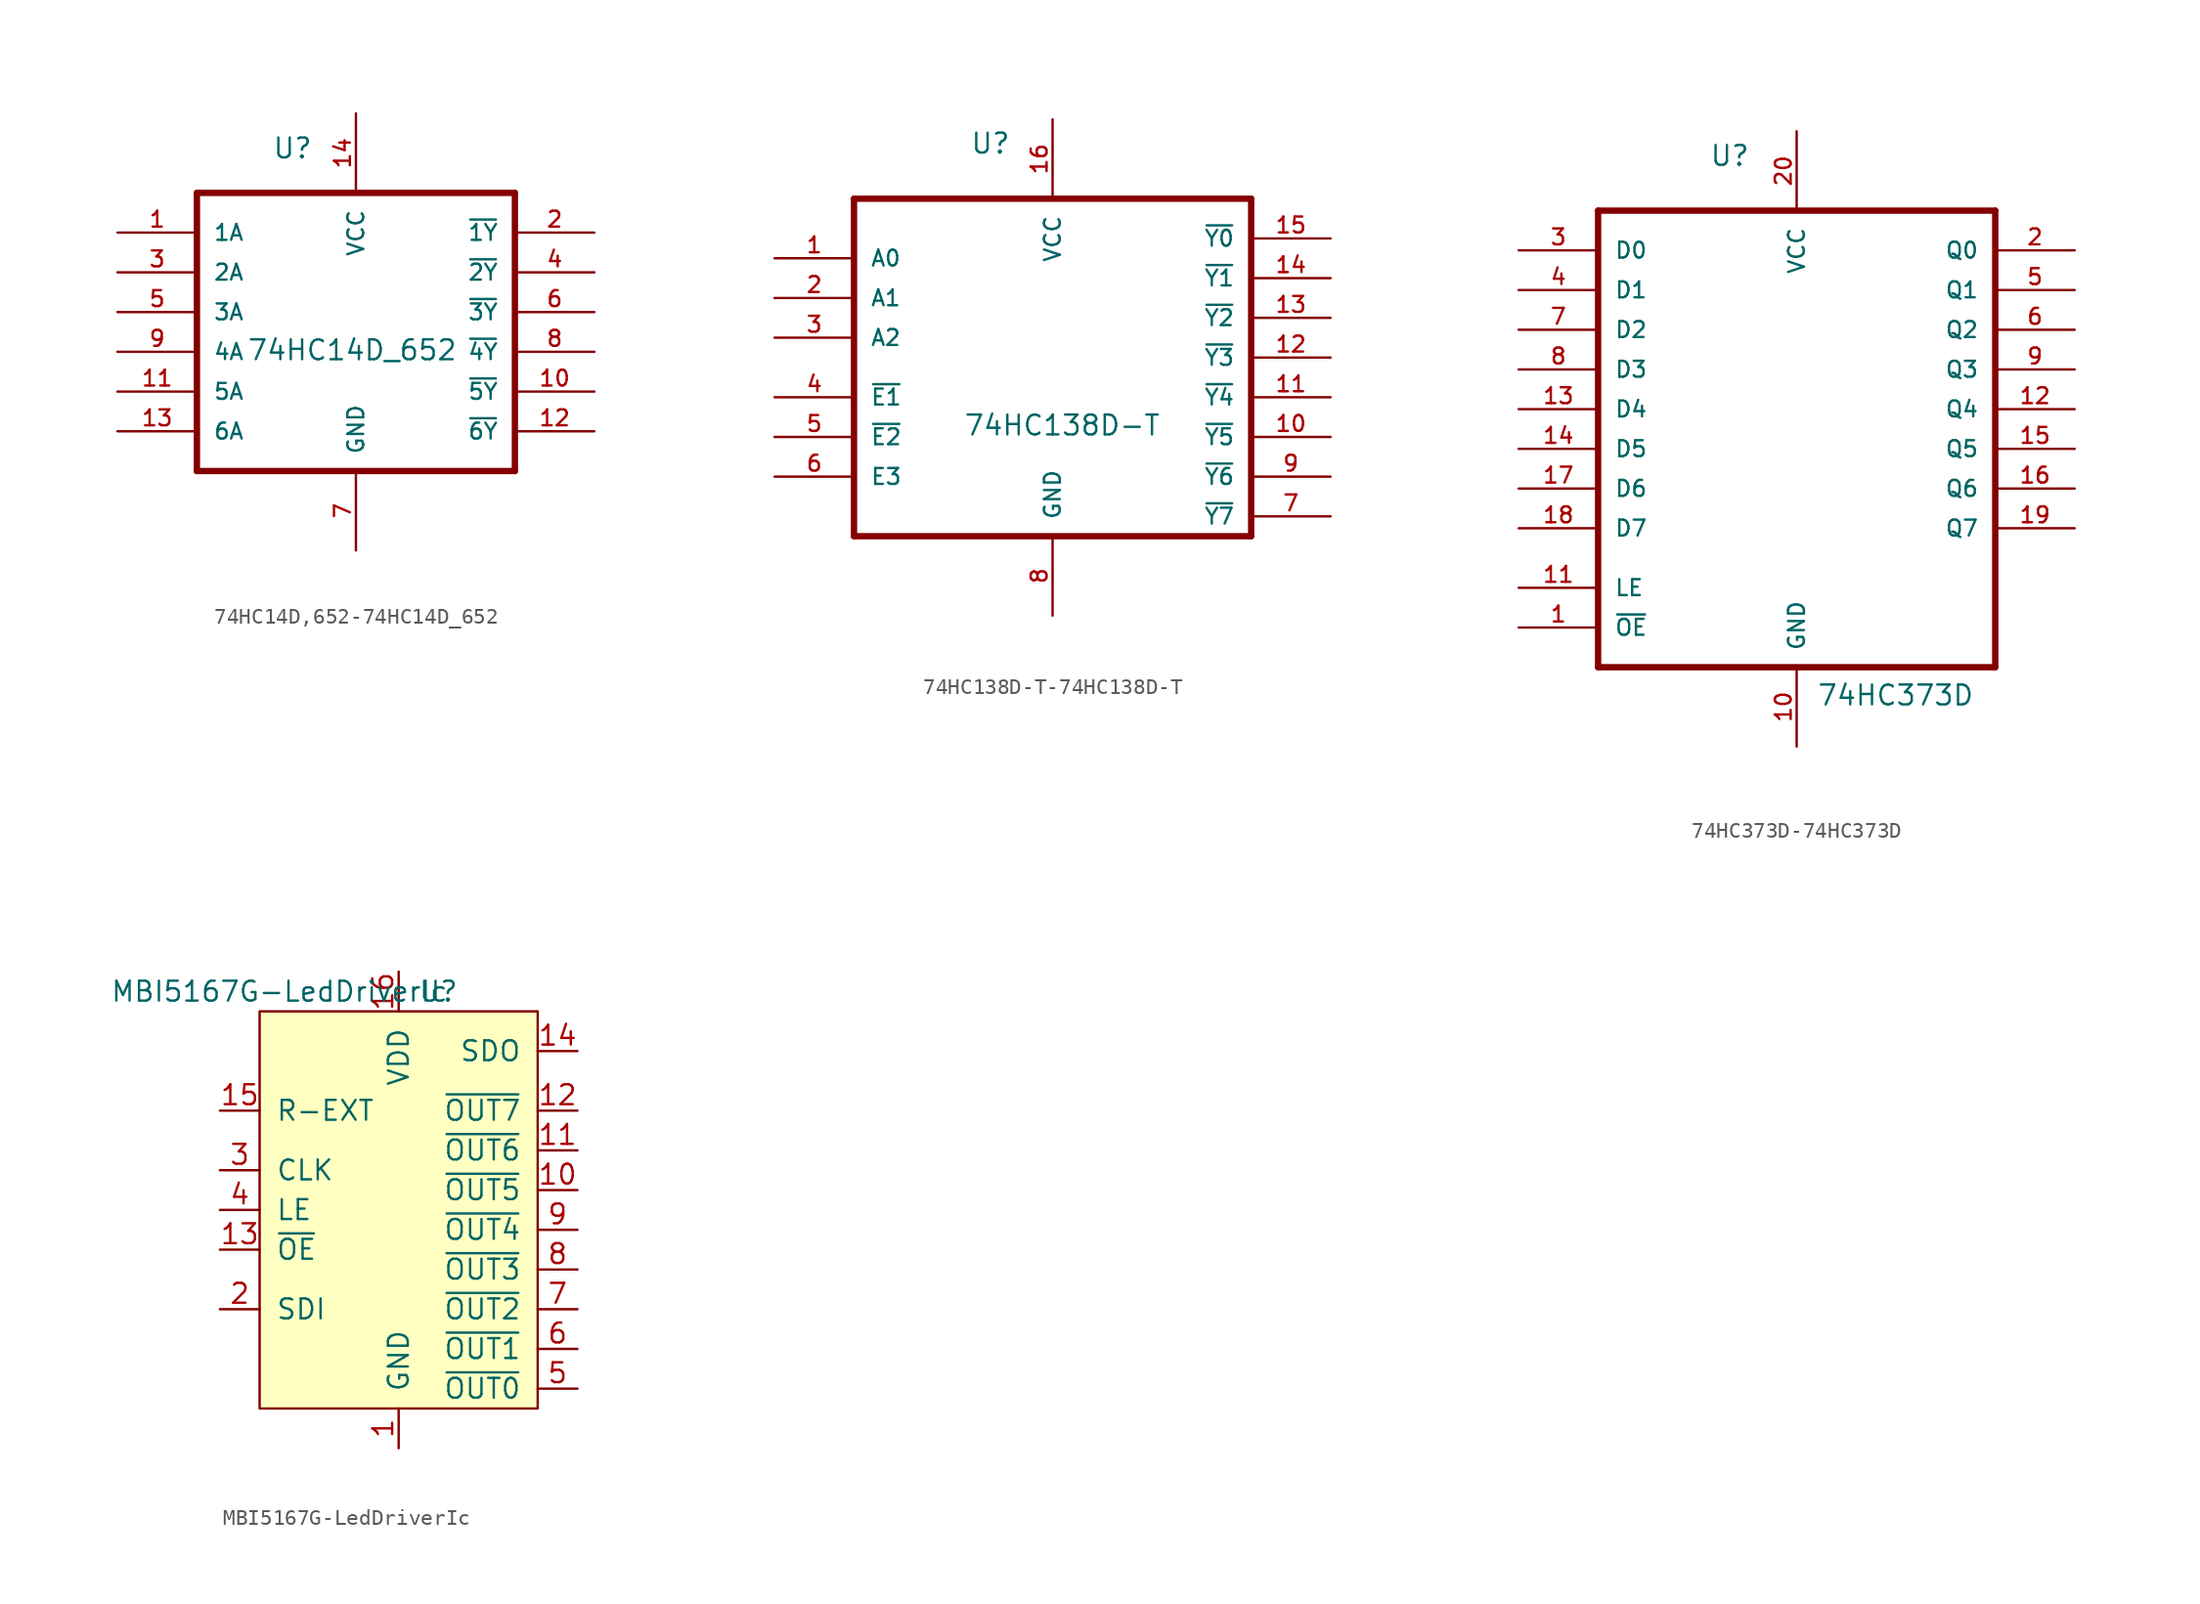
<source format=kicad_sym>
(kicad_symbol_lib
  (version 20220914)
  (generator kicad_symbol_editor)
  (symbol "74HC14D,652-74HC14D_652"
    (pin_names
      (offset 1.016))
    (property "Reference" "U"
      (at -5.359 10.998 0)
      (effects (font (size 1.27 1.27)) (justify left bottom)))
    (property "Value" "74HC14D_652"
      (at -6.985 -1.905 0)
      (effects (font (size 1.27 1.27)) (justify left bottom)))
    (property "ki_locked" ""
      (at 0 0 0)
      (effects (font (size 1.27 1.27))))
    (symbol "74HC14D,652-74HC14D_652_0_0"
      (polyline (pts (xy -10.16 -8.89) (xy 10.16 -8.89)) (stroke (width 0.406) (type solid)) (fill (type none)))
      (polyline (pts (xy -10.16 8.89) (xy -10.16 -8.89)) (stroke (width 0.406) (type solid)) (fill (type none)))
      (polyline (pts (xy 10.16 -8.89) (xy 10.16 8.89)) (stroke (width 0.406) (type solid)) (fill (type none)))
      (polyline (pts (xy 10.16 8.89) (xy -10.16 8.89)) (stroke (width 0.406) (type solid)) (fill (type none)))
      (pin input line (at -15.24 6.35 0) (length 5.08) (name "1A" (effects (font (size 1.016 1.016)))) (number "1" (effects (font (size 1.016 1.016)))))
      (pin input line (at -15.24 -3.81 0) (length 5.08) (name "5A" (effects (font (size 1.016 1.016)))) (number "11" (effects (font (size 1.016 1.016)))))
      (pin input line (at -15.24 -6.35 0) (length 5.08) (name "6A" (effects (font (size 1.016 1.016)))) (number "13" (effects (font (size 1.016 1.016)))))
      (pin power_in line (at 0 13.97 270) (length 5.08) (name "VCC" (effects (font (size 1.016 1.016)))) (number "14" (effects (font (size 1.016 1.016)))))
      (pin input line (at -15.24 3.81 0) (length 5.08) (name "2A" (effects (font (size 1.016 1.016)))) (number "3" (effects (font (size 1.016 1.016)))))
      (pin input line (at -15.24 1.27 0) (length 5.08) (name "3A" (effects (font (size 1.016 1.016)))) (number "5" (effects (font (size 1.016 1.016)))))
      (pin passive line (at 0 -13.97 90) (length 5.08) (name "GND" (effects (font (size 1.016 1.016)))) (number "7" (effects (font (size 1.016 1.016)))))
      (pin input line (at -15.24 -1.27 0) (length 5.08) (name "4A" (effects (font (size 1.016 1.016)))) (number "9" (effects (font (size 1.016 1.016))))))
    (symbol "74HC14D,652-74HC14D_652_1_0"
      (pin output line (at 15.24 -3.81 180) (length 5.08) (name "~{5Y}" (effects (font (size 1.016 1.016)))) (number "10" (effects (font (size 1.016 1.016)))))
      (pin output line (at 15.24 -6.35 180) (length 5.08) (name "~{6Y}" (effects (font (size 1.016 1.016)))) (number "12" (effects (font (size 1.016 1.016)))))
      (pin output line (at 15.24 6.35 180) (length 5.08) (name "~{1Y}" (effects (font (size 1.016 1.016)))) (number "2" (effects (font (size 1.016 1.016)))))
      (pin output line (at 15.24 3.81 180) (length 5.08) (name "~{2Y}" (effects (font (size 1.016 1.016)))) (number "4" (effects (font (size 1.016 1.016)))))
      (pin output line (at 15.24 1.27 180) (length 5.08) (name "~{3Y}" (effects (font (size 1.016 1.016)))) (number "6" (effects (font (size 1.016 1.016)))))
      (pin output line (at 15.24 -1.27 180) (length 5.08) (name "~{4Y}" (effects (font (size 1.016 1.016)))) (number "8" (effects (font (size 1.016 1.016)))))))
  (symbol "74HC138D-T-74HC138D-T"
    (pin_names
      (offset 1.016))
    (property "Reference" "U"
      (at -5.283 12.954 0)
      (effects (font (size 1.27 1.27)) (justify left bottom)))
    (property "Value" "74HC138D-T"
      (at -5.715 -5.08 0)
      (effects (font (size 1.27 1.27)) (justify left bottom)))
    (property "ki_locked" ""
      (at 0 0 0)
      (effects (font (size 1.27 1.27))))
    (symbol "74HC138D-T-74HC138D-T_0_0"
      (polyline (pts (xy -12.7 -11.43) (xy 12.7 -11.43)) (stroke (width 0.406) (type solid)) (fill (type none)))
      (polyline (pts (xy -12.7 10.16) (xy -12.7 -11.43)) (stroke (width 0.406) (type solid)) (fill (type none)))
      (polyline (pts (xy 12.7 -11.43) (xy 12.7 10.16)) (stroke (width 0.406) (type solid)) (fill (type none)))
      (polyline (pts (xy 12.7 10.16) (xy -12.7 10.16)) (stroke (width 0.406) (type solid)) (fill (type none)))
      (pin input line (at -17.78 6.35 0) (length 5.08) (name "A0" (effects (font (size 1.016 1.016)))) (number "1" (effects (font (size 1.016 1.016)))))
      (pin output line (at 17.78 -5.08 180) (length 5.08) (name "~{Y5}" (effects (font (size 1.016 1.016)))) (number "10" (effects (font (size 1.016 1.016)))))
      (pin output line (at 17.78 -2.54 180) (length 5.08) (name "~{Y4}" (effects (font (size 1.016 1.016)))) (number "11" (effects (font (size 1.016 1.016)))))
      (pin output line (at 17.78 0 180) (length 5.08) (name "~{Y3}" (effects (font (size 1.016 1.016)))) (number "12" (effects (font (size 1.016 1.016)))))
      (pin output line (at 17.78 2.54 180) (length 5.08) (name "~{Y2}" (effects (font (size 1.016 1.016)))) (number "13" (effects (font (size 1.016 1.016)))))
      (pin output line (at 17.78 5.08 180) (length 5.08) (name "~{Y1}" (effects (font (size 1.016 1.016)))) (number "14" (effects (font (size 1.016 1.016)))))
      (pin output line (at 17.78 7.62 180) (length 5.08) (name "~{Y0}" (effects (font (size 1.016 1.016)))) (number "15" (effects (font (size 1.016 1.016)))))
      (pin power_in line (at 0 15.24 270) (length 5.08) (name "VCC" (effects (font (size 1.016 1.016)))) (number "16" (effects (font (size 1.016 1.016)))))
      (pin input line (at -17.78 3.81 0) (length 5.08) (name "A1" (effects (font (size 1.016 1.016)))) (number "2" (effects (font (size 1.016 1.016)))))
      (pin input line (at -17.78 1.27 0) (length 5.08) (name "A2" (effects (font (size 1.016 1.016)))) (number "3" (effects (font (size 1.016 1.016)))))
      (pin input line (at -17.78 -2.54 0) (length 5.08) (name "~{E1}" (effects (font (size 1.016 1.016)))) (number "4" (effects (font (size 1.016 1.016)))))
      (pin input line (at -17.78 -5.08 0) (length 5.08) (name "~{E2}" (effects (font (size 1.016 1.016)))) (number "5" (effects (font (size 1.016 1.016)))))
      (pin input line (at -17.78 -7.62 0) (length 5.08) (name "E3" (effects (font (size 1.016 1.016)))) (number "6" (effects (font (size 1.016 1.016)))))
      (pin output line (at 17.78 -10.16 180) (length 5.08) (name "~{Y7}" (effects (font (size 1.016 1.016)))) (number "7" (effects (font (size 1.016 1.016)))))
      (pin passive line (at 0 -16.51 90) (length 5.08) (name "GND" (effects (font (size 1.016 1.016)))) (number "8" (effects (font (size 1.016 1.016)))))
      (pin output line (at 17.78 -7.62 180) (length 5.08) (name "~{Y6}" (effects (font (size 1.016 1.016)))) (number "9" (effects (font (size 1.016 1.016)))))))
  (symbol "74HC373D-74HC373D"
    (pin_names
      (offset 1.016))
    (property "Reference" "U"
      (at -5.588 16.739 0)
      (effects (font (size 1.27 1.27)) (justify left bottom)))
    (property "Value" "74HC373D"
      (at 1.27 -17.78 0)
      (effects (font (size 1.27 1.27)) (justify left bottom)))
    (property "ki_locked" ""
      (at 0 0 0)
      (effects (font (size 1.27 1.27))))
    (symbol "74HC373D-74HC373D_0_0"
      (polyline (pts (xy -12.7 -15.24) (xy 12.7 -15.24)) (stroke (width 0.406) (type solid)) (fill (type none)))
      (polyline (pts (xy -12.7 13.97) (xy -12.7 -15.24)) (stroke (width 0.406) (type solid)) (fill (type none)))
      (polyline (pts (xy 12.7 -15.24) (xy 12.7 13.97)) (stroke (width 0.406) (type solid)) (fill (type none)))
      (polyline (pts (xy 12.7 13.97) (xy -12.7 13.97)) (stroke (width 0.406) (type solid)) (fill (type none)))
      (pin tri_state line (at -17.78 -12.7 0) (length 5.08) (name "~{OE}" (effects (font (size 1.016 1.016)))) (number "1" (effects (font (size 1.016 1.016)))))
      (pin passive line (at 0 -20.32 90) (length 5.08) (name "GND" (effects (font (size 1.016 1.016)))) (number "10" (effects (font (size 1.016 1.016)))))
      (pin input line (at -17.78 -10.16 0) (length 5.08) (name "LE" (effects (font (size 1.016 1.016)))) (number "11" (effects (font (size 1.016 1.016)))))
      (pin output line (at 17.78 1.27 180) (length 5.08) (name "Q4" (effects (font (size 1.016 1.016)))) (number "12" (effects (font (size 1.016 1.016)))))
      (pin input line (at -17.78 1.27 0) (length 5.08) (name "D4" (effects (font (size 1.016 1.016)))) (number "13" (effects (font (size 1.016 1.016)))))
      (pin input line (at -17.78 -1.27 0) (length 5.08) (name "D5" (effects (font (size 1.016 1.016)))) (number "14" (effects (font (size 1.016 1.016)))))
      (pin output line (at 17.78 -1.27 180) (length 5.08) (name "Q5" (effects (font (size 1.016 1.016)))) (number "15" (effects (font (size 1.016 1.016)))))
      (pin output line (at 17.78 -3.81 180) (length 5.08) (name "Q6" (effects (font (size 1.016 1.016)))) (number "16" (effects (font (size 1.016 1.016)))))
      (pin input line (at -17.78 -3.81 0) (length 5.08) (name "D6" (effects (font (size 1.016 1.016)))) (number "17" (effects (font (size 1.016 1.016)))))
      (pin input line (at -17.78 -6.35 0) (length 5.08) (name "D7" (effects (font (size 1.016 1.016)))) (number "18" (effects (font (size 1.016 1.016)))))
      (pin output line (at 17.78 -6.35 180) (length 5.08) (name "Q7" (effects (font (size 1.016 1.016)))) (number "19" (effects (font (size 1.016 1.016)))))
      (pin output line (at 17.78 11.43 180) (length 5.08) (name "Q0" (effects (font (size 1.016 1.016)))) (number "2" (effects (font (size 1.016 1.016)))))
      (pin power_in line (at 0 19.05 270) (length 5.08) (name "VCC" (effects (font (size 1.016 1.016)))) (number "20" (effects (font (size 1.016 1.016)))))
      (pin input line (at -17.78 11.43 0) (length 5.08) (name "D0" (effects (font (size 1.016 1.016)))) (number "3" (effects (font (size 1.016 1.016)))))
      (pin input line (at -17.78 8.89 0) (length 5.08) (name "D1" (effects (font (size 1.016 1.016)))) (number "4" (effects (font (size 1.016 1.016)))))
      (pin output line (at 17.78 8.89 180) (length 5.08) (name "Q1" (effects (font (size 1.016 1.016)))) (number "5" (effects (font (size 1.016 1.016)))))
      (pin output line (at 17.78 6.35 180) (length 5.08) (name "Q2" (effects (font (size 1.016 1.016)))) (number "6" (effects (font (size 1.016 1.016)))))
      (pin input line (at -17.78 6.35 0) (length 5.08) (name "D2" (effects (font (size 1.016 1.016)))) (number "7" (effects (font (size 1.016 1.016)))))
      (pin input line (at -17.78 3.81 0) (length 5.08) (name "D3" (effects (font (size 1.016 1.016)))) (number "8" (effects (font (size 1.016 1.016)))))
      (pin output line (at 17.78 3.81 180) (length 5.08) (name "Q3" (effects (font (size 1.016 1.016)))) (number "9" (effects (font (size 1.016 1.016)))))))
  (symbol "MBI5167G-LedDriverIc"
    (pin_names
      (offset 1.016))
    (property "Reference" "U"
      (at 2.54 13.97 0)
      (effects (font (size 1.27 1.27))))
    (property "Value" "MBI5167G-LedDriverIc"
      (at -7.62 13.97 0)
      (effects (font (size 1.27 1.27))))
    (symbol "MBI5167G-LedDriverIc_0_1"
      (rectangle (start 8.89 12.7) (end -8.89 -12.7) (stroke (width 0) (type solid)) (fill (type background))))
    (symbol "MBI5167G-LedDriverIc_1_1"
      (pin power_in line (at 0 -15.24 90) (length 2.54) (name "GND" (effects (font (size 1.27 1.27)))) (number "1" (effects (font (size 1.27 1.27)))))
      (pin output line (at 11.43 1.27 180) (length 2.54) (name "~{OUT5}" (effects (font (size 1.27 1.27)))) (number "10" (effects (font (size 1.27 1.27)))))
      (pin output line (at 11.43 3.81 180) (length 2.54) (name "~{OUT6}" (effects (font (size 1.27 1.27)))) (number "11" (effects (font (size 1.27 1.27)))))
      (pin output line (at 11.43 6.35 180) (length 2.54) (name "~{OUT7}" (effects (font (size 1.27 1.27)))) (number "12" (effects (font (size 1.27 1.27)))))
      (pin input line (at -11.43 -2.54 0) (length 2.54) (name "~{OE}" (effects (font (size 1.27 1.27)))) (number "13" (effects (font (size 1.27 1.27)))))
      (pin output line (at 11.43 10.16 180) (length 2.54) (name "SDO" (effects (font (size 1.27 1.27)))) (number "14" (effects (font (size 1.27 1.27)))))
      (pin passive line (at -11.43 6.35 0) (length 2.54) (name "R-EXT" (effects (font (size 1.27 1.27)))) (number "15" (effects (font (size 1.27 1.27)))))
      (pin power_in line (at 0 15.24 270) (length 2.54) (name "VDD" (effects (font (size 1.27 1.27)))) (number "16" (effects (font (size 1.27 1.27)))))
      (pin input line (at -11.43 -6.35 0) (length 2.54) (name "SDI" (effects (font (size 1.27 1.27)))) (number "2" (effects (font (size 1.27 1.27)))))
      (pin input line (at -11.43 2.54 0) (length 2.54) (name "CLK" (effects (font (size 1.27 1.27)))) (number "3" (effects (font (size 1.27 1.27)))))
      (pin input line (at -11.43 0 0) (length 2.54) (name "LE" (effects (font (size 1.27 1.27)))) (number "4" (effects (font (size 1.27 1.27)))))
      (pin output line (at 11.43 -11.43 180) (length 2.54) (name "~{OUT0}" (effects (font (size 1.27 1.27)))) (number "5" (effects (font (size 1.27 1.27)))))
      (pin output line (at 11.43 -8.89 180) (length 2.54) (name "~{OUT1}" (effects (font (size 1.27 1.27)))) (number "6" (effects (font (size 1.27 1.27)))))
      (pin output line (at 11.43 -6.35 180) (length 2.54) (name "~{OUT2}" (effects (font (size 1.27 1.27)))) (number "7" (effects (font (size 1.27 1.27)))))
      (pin output line (at 11.43 -3.81 180) (length 2.54) (name "~{OUT3}" (effects (font (size 1.27 1.27)))) (number "8" (effects (font (size 1.27 1.27)))))
      (pin output line (at 11.43 -1.27 180) (length 2.54) (name "~{OUT4}" (effects (font (size 1.27 1.27)))) (number "9" (effects (font (size 1.27 1.27))))))))
</source>
